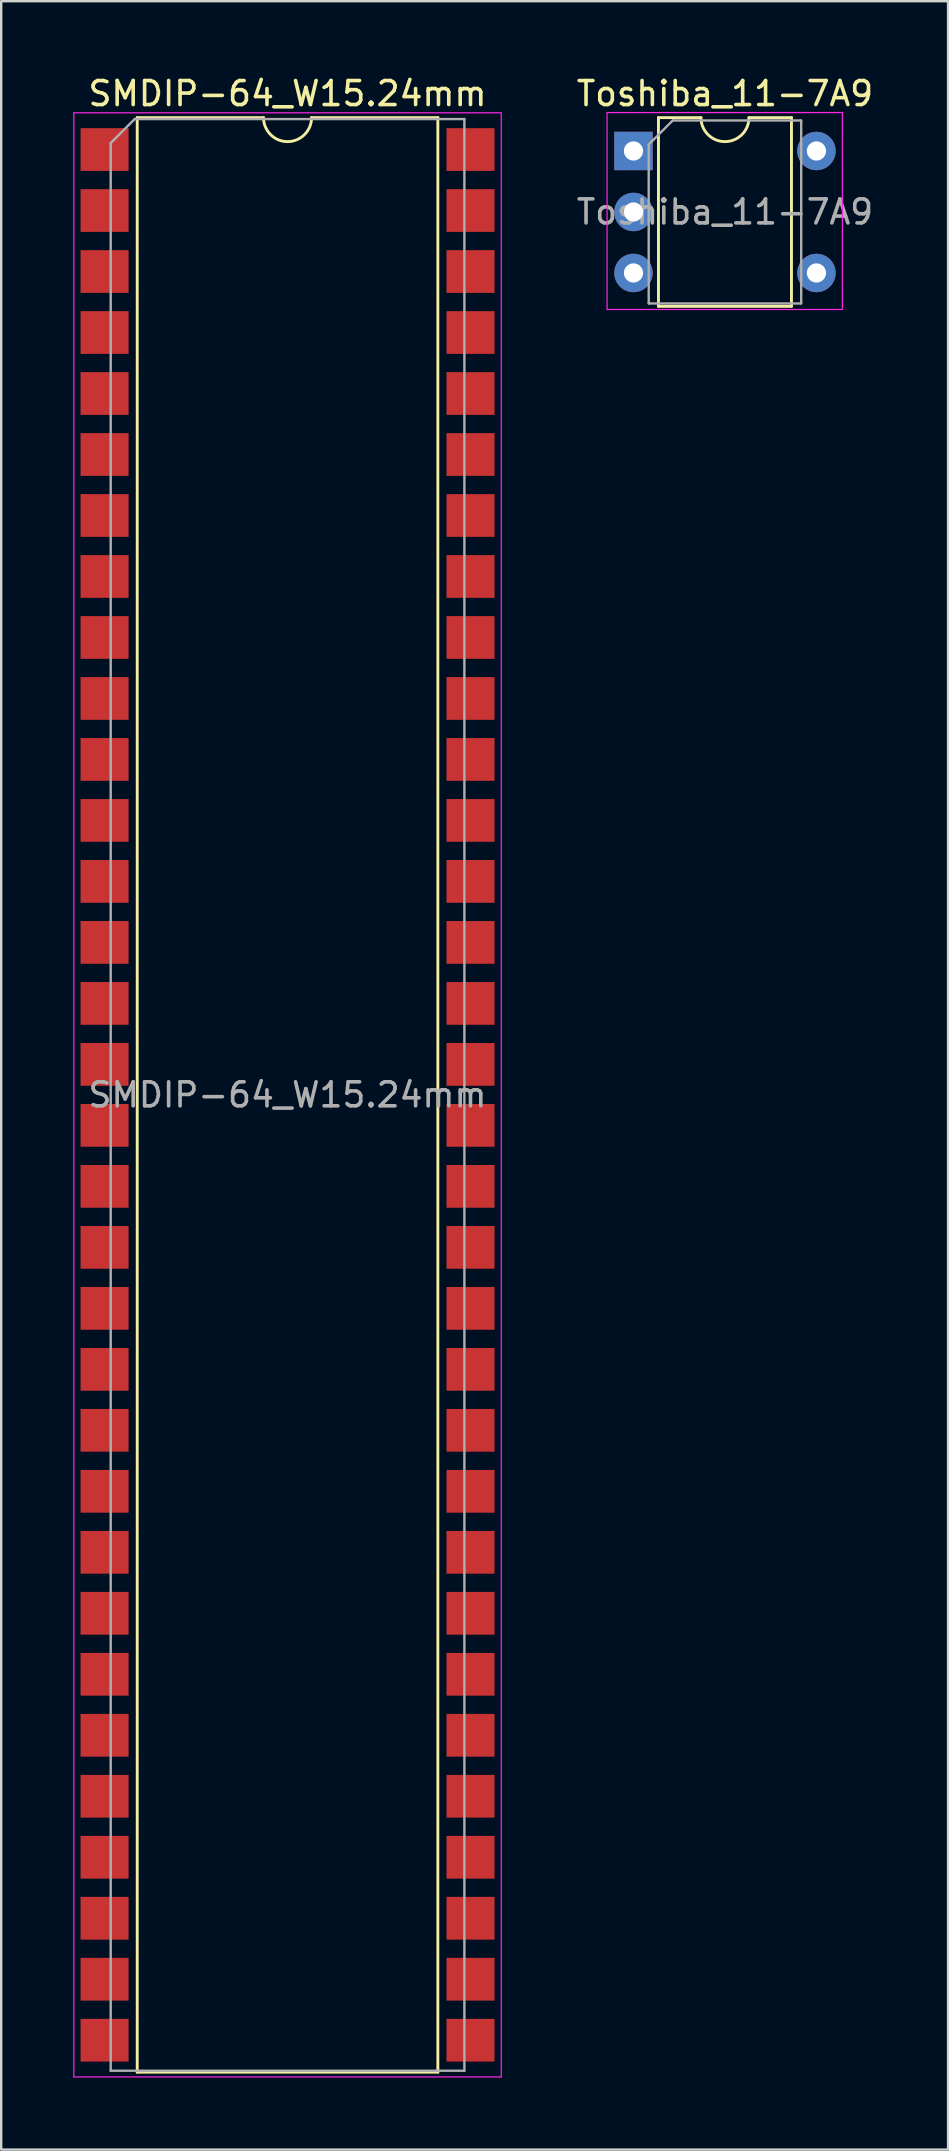
<source format=kicad_pcb>
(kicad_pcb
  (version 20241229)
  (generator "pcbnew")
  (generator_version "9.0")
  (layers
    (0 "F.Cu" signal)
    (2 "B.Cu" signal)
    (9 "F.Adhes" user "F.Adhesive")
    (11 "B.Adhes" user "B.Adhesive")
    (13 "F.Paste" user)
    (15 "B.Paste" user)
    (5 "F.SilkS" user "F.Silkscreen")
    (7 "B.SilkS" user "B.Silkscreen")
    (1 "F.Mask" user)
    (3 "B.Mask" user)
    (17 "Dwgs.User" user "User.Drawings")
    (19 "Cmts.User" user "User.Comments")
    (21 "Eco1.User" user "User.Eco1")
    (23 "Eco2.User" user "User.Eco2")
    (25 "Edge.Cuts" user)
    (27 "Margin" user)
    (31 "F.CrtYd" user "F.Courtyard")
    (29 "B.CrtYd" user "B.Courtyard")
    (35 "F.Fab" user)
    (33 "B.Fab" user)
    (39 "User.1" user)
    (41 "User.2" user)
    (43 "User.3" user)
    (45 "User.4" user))
  (footprint "SMDIP-64_W15.24mm"
    (layer "F.Cu")
    (at 8.925 42.548)
    (property "Reference" "SMDIP-64_W15.24mm" (at 0 -41.7 0) (layer "F.SilkS") (effects (font (size 1 1) (thickness 0.15))))
    (attr smd)
    (fp_line (start -6.26 -40.7) (end -6.26 40.7) (stroke (width 0.12) (type solid)) (layer "F.SilkS"))
    (fp_line (start -6.26 40.7) (end 6.26 40.7) (stroke (width 0.12) (type solid)) (layer "F.SilkS"))
    (fp_line (start -1 -40.7) (end -6.26 -40.7) (stroke (width 0.12) (type solid)) (layer "F.SilkS"))
    (fp_line (start 6.26 -40.7) (end 1 -40.7) (stroke (width 0.12) (type solid)) (layer "F.SilkS"))
    (fp_line (start 6.26 40.7) (end 6.26 -40.7) (stroke (width 0.12) (type solid)) (layer "F.SilkS"))
    (fp_arc (start 1 -40.7) (mid 0 -39.7) (end -1 -40.7) (stroke (width 0.12) (type solid)) (layer "F.SilkS"))
    (fp_line (start -8.9 -40.9) (end -8.9 40.9) (stroke (width 0.05) (type solid)) (layer "F.CrtYd"))
    (fp_line (start -8.9 40.9) (end 8.9 40.9) (stroke (width 0.05) (type solid)) (layer "F.CrtYd"))
    (fp_line (start 8.9 -40.9) (end -8.9 -40.9) (stroke (width 0.05) (type solid)) (layer "F.CrtYd"))
    (fp_line (start 8.9 40.9) (end 8.9 -40.9) (stroke (width 0.05) (type solid)) (layer "F.CrtYd"))
    (fp_line (start -7.365 -39.64) (end -6.365 -40.64) (stroke (width 0.1) (type solid)) (layer "F.Fab"))
    (fp_line (start -7.365 40.64) (end -7.365 -39.64) (stroke (width 0.1) (type solid)) (layer "F.Fab"))
    (fp_line (start -6.365 -40.64) (end 7.365 -40.64) (stroke (width 0.1) (type solid)) (layer "F.Fab"))
    (fp_line (start 7.365 -40.64) (end 7.365 40.64) (stroke (width 0.1) (type solid)) (layer "F.Fab"))
    (fp_line (start 7.365 40.64) (end -7.365 40.64) (stroke (width 0.1) (type solid)) (layer "F.Fab"))
    (fp_text user "${REFERENCE}" (at 0 0 0) (layer "F.Fab") (effects (font (size 1 1) (thickness 0.15))))
    (pad "1" smd rect (at -7.62 -39.37) (size 2 1.78) (layers "F.Cu" "F.Mask" "F.Paste"))
    (pad "2" smd rect (at -7.62 -36.83) (size 2 1.78) (layers "F.Cu" "F.Mask" "F.Paste"))
    (pad "3" smd rect (at -7.62 -34.29) (size 2 1.78) (layers "F.Cu" "F.Mask" "F.Paste"))
    (pad "4" smd rect (at -7.62 -31.75) (size 2 1.78) (layers "F.Cu" "F.Mask" "F.Paste"))
    (pad "5" smd rect (at -7.62 -29.21) (size 2 1.78) (layers "F.Cu" "F.Mask" "F.Paste"))
    (pad "6" smd rect (at -7.62 -26.67) (size 2 1.78) (layers "F.Cu" "F.Mask" "F.Paste"))
    (pad "7" smd rect (at -7.62 -24.13) (size 2 1.78) (layers "F.Cu" "F.Mask" "F.Paste"))
    (pad "8" smd rect (at -7.62 -21.59) (size 2 1.78) (layers "F.Cu" "F.Mask" "F.Paste"))
    (pad "9" smd rect (at -7.62 -19.05) (size 2 1.78) (layers "F.Cu" "F.Mask" "F.Paste"))
    (pad "10" smd rect (at -7.62 -16.51) (size 2 1.78) (layers "F.Cu" "F.Mask" "F.Paste"))
    (pad "11" smd rect (at -7.62 -13.97) (size 2 1.78) (layers "F.Cu" "F.Mask" "F.Paste"))
    (pad "12" smd rect (at -7.62 -11.43) (size 2 1.78) (layers "F.Cu" "F.Mask" "F.Paste"))
    (pad "13" smd rect (at -7.62 -8.89) (size 2 1.78) (layers "F.Cu" "F.Mask" "F.Paste"))
    (pad "14" smd rect (at -7.62 -6.35) (size 2 1.78) (layers "F.Cu" "F.Mask" "F.Paste"))
    (pad "15" smd rect (at -7.62 -3.81) (size 2 1.78) (layers "F.Cu" "F.Mask" "F.Paste"))
    (pad "16" smd rect (at -7.62 -1.27) (size 2 1.78) (layers "F.Cu" "F.Mask" "F.Paste"))
    (pad "17" smd rect (at -7.62 1.27) (size 2 1.78) (layers "F.Cu" "F.Mask" "F.Paste"))
    (pad "18" smd rect (at -7.62 3.81) (size 2 1.78) (layers "F.Cu" "F.Mask" "F.Paste"))
    (pad "19" smd rect (at -7.62 6.35) (size 2 1.78) (layers "F.Cu" "F.Mask" "F.Paste"))
    (pad "20" smd rect (at -7.62 8.89) (size 2 1.78) (layers "F.Cu" "F.Mask" "F.Paste"))
    (pad "21" smd rect (at -7.62 11.43) (size 2 1.78) (layers "F.Cu" "F.Mask" "F.Paste"))
    (pad "22" smd rect (at -7.62 13.97) (size 2 1.78) (layers "F.Cu" "F.Mask" "F.Paste"))
    (pad "23" smd rect (at -7.62 16.51) (size 2 1.78) (layers "F.Cu" "F.Mask" "F.Paste"))
    (pad "24" smd rect (at -7.62 19.05) (size 2 1.78) (layers "F.Cu" "F.Mask" "F.Paste"))
    (pad "25" smd rect (at -7.62 21.59) (size 2 1.78) (layers "F.Cu" "F.Mask" "F.Paste"))
    (pad "26" smd rect (at -7.62 24.13) (size 2 1.78) (layers "F.Cu" "F.Mask" "F.Paste"))
    (pad "27" smd rect (at -7.62 26.67) (size 2 1.78) (layers "F.Cu" "F.Mask" "F.Paste"))
    (pad "28" smd rect (at -7.62 29.21) (size 2 1.78) (layers "F.Cu" "F.Mask" "F.Paste"))
    (pad "29" smd rect (at -7.62 31.75) (size 2 1.78) (layers "F.Cu" "F.Mask" "F.Paste"))
    (pad "30" smd rect (at -7.62 34.29) (size 2 1.78) (layers "F.Cu" "F.Mask" "F.Paste"))
    (pad "31" smd rect (at -7.62 36.83) (size 2 1.78) (layers "F.Cu" "F.Mask" "F.Paste"))
    (pad "32" smd rect (at -7.62 39.37) (size 2 1.78) (layers "F.Cu" "F.Mask" "F.Paste"))
    (pad "33" smd rect (at 7.62 39.37) (size 2 1.78) (layers "F.Cu" "F.Mask" "F.Paste"))
    (pad "34" smd rect (at 7.62 36.83) (size 2 1.78) (layers "F.Cu" "F.Mask" "F.Paste"))
    (pad "35" smd rect (at 7.62 34.29) (size 2 1.78) (layers "F.Cu" "F.Mask" "F.Paste"))
    (pad "36" smd rect (at 7.62 31.75) (size 2 1.78) (layers "F.Cu" "F.Mask" "F.Paste"))
    (pad "37" smd rect (at 7.62 29.21) (size 2 1.78) (layers "F.Cu" "F.Mask" "F.Paste"))
    (pad "38" smd rect (at 7.62 26.67) (size 2 1.78) (layers "F.Cu" "F.Mask" "F.Paste"))
    (pad "39" smd rect (at 7.62 24.13) (size 2 1.78) (layers "F.Cu" "F.Mask" "F.Paste"))
    (pad "40" smd rect (at 7.62 21.59) (size 2 1.78) (layers "F.Cu" "F.Mask" "F.Paste"))
    (pad "41" smd rect (at 7.62 19.05) (size 2 1.78) (layers "F.Cu" "F.Mask" "F.Paste"))
    (pad "42" smd rect (at 7.62 16.51) (size 2 1.78) (layers "F.Cu" "F.Mask" "F.Paste"))
    (pad "43" smd rect (at 7.62 13.97) (size 2 1.78) (layers "F.Cu" "F.Mask" "F.Paste"))
    (pad "44" smd rect (at 7.62 11.43) (size 2 1.78) (layers "F.Cu" "F.Mask" "F.Paste"))
    (pad "45" smd rect (at 7.62 8.89) (size 2 1.78) (layers "F.Cu" "F.Mask" "F.Paste"))
    (pad "46" smd rect (at 7.62 6.35) (size 2 1.78) (layers "F.Cu" "F.Mask" "F.Paste"))
    (pad "47" smd rect (at 7.62 3.81) (size 2 1.78) (layers "F.Cu" "F.Mask" "F.Paste"))
    (pad "48" smd rect (at 7.62 1.27) (size 2 1.78) (layers "F.Cu" "F.Mask" "F.Paste"))
    (pad "49" smd rect (at 7.62 -1.27) (size 2 1.78) (layers "F.Cu" "F.Mask" "F.Paste"))
    (pad "50" smd rect (at 7.62 -3.81) (size 2 1.78) (layers "F.Cu" "F.Mask" "F.Paste"))
    (pad "51" smd rect (at 7.62 -6.35) (size 2 1.78) (layers "F.Cu" "F.Mask" "F.Paste"))
    (pad "52" smd rect (at 7.62 -8.89) (size 2 1.78) (layers "F.Cu" "F.Mask" "F.Paste"))
    (pad "53" smd rect (at 7.62 -11.43) (size 2 1.78) (layers "F.Cu" "F.Mask" "F.Paste"))
    (pad "54" smd rect (at 7.62 -13.97) (size 2 1.78) (layers "F.Cu" "F.Mask" "F.Paste"))
    (pad "55" smd rect (at 7.62 -16.51) (size 2 1.78) (layers "F.Cu" "F.Mask" "F.Paste"))
    (pad "56" smd rect (at 7.62 -19.05) (size 2 1.78) (layers "F.Cu" "F.Mask" "F.Paste"))
    (pad "57" smd rect (at 7.62 -21.59) (size 2 1.78) (layers "F.Cu" "F.Mask" "F.Paste"))
    (pad "58" smd rect (at 7.62 -24.13) (size 2 1.78) (layers "F.Cu" "F.Mask" "F.Paste"))
    (pad "59" smd rect (at 7.62 -26.67) (size 2 1.78) (layers "F.Cu" "F.Mask" "F.Paste"))
    (pad "60" smd rect (at 7.62 -29.21) (size 2 1.78) (layers "F.Cu" "F.Mask" "F.Paste"))
    (pad "61" smd rect (at 7.62 -31.75) (size 2 1.78) (layers "F.Cu" "F.Mask" "F.Paste"))
    (pad "62" smd rect (at 7.62 -34.29) (size 2 1.78) (layers "F.Cu" "F.Mask" "F.Paste"))
    (pad "63" smd rect (at 7.62 -36.83) (size 2 1.78) (layers "F.Cu" "F.Mask" "F.Paste"))
    (pad "64" smd rect (at 7.62 -39.37) (size 2 1.78) (layers "F.Cu" "F.Mask" "F.Paste")))
  (footprint "Toshiba_11-7A9"
    (layer "F.Cu")
    (at 23.332 3.238)
    (property "Reference" "Toshiba_11-7A9" (at 3.81 -2.39 0) (layer "F.SilkS") (effects (font (size 1 1) (thickness 0.15))))
    (attr through_hole)
    (fp_line (start 1.04 -1.39) (end 1.04 6.47) (stroke (width 0.12) (type solid)) (layer "F.SilkS"))
    (fp_line (start 1.04 6.47) (end 6.58 6.47) (stroke (width 0.12) (type solid)) (layer "F.SilkS"))
    (fp_line (start 2.81 -1.39) (end 1.04 -1.39) (stroke (width 0.12) (type solid)) (layer "F.SilkS"))
    (fp_line (start 6.58 -1.39) (end 4.81 -1.39) (stroke (width 0.12) (type solid)) (layer "F.SilkS"))
    (fp_line (start 6.58 6.47) (end 6.58 -1.39) (stroke (width 0.12) (type solid)) (layer "F.SilkS"))
    (fp_arc (start 4.81 -1.39) (mid 3.81 -0.39) (end 2.81 -1.39) (stroke (width 0.12) (type solid)) (layer "F.SilkS"))
    (fp_line (start -1.1 -1.6) (end -1.1 6.6) (stroke (width 0.05) (type solid)) (layer "F.CrtYd"))
    (fp_line (start -1.1 6.6) (end 8.7 6.6) (stroke (width 0.05) (type solid)) (layer "F.CrtYd"))
    (fp_line (start 8.7 -1.6) (end -1.1 -1.6) (stroke (width 0.05) (type solid)) (layer "F.CrtYd"))
    (fp_line (start 8.7 6.6) (end 8.7 -1.6) (stroke (width 0.05) (type solid)) (layer "F.CrtYd"))
    (fp_line (start 0.635 -0.27) (end 1.635 -1.27) (stroke (width 0.1) (type solid)) (layer "F.Fab"))
    (fp_line (start 0.635 6.35) (end 0.635 -0.27) (stroke (width 0.1) (type solid)) (layer "F.Fab"))
    (fp_line (start 1.635 -1.27) (end 6.985 -1.27) (stroke (width 0.1) (type solid)) (layer "F.Fab"))
    (fp_line (start 6.985 -1.27) (end 6.985 6.35) (stroke (width 0.1) (type solid)) (layer "F.Fab"))
    (fp_line (start 6.985 6.35) (end 0.635 6.35) (stroke (width 0.1) (type solid)) (layer "F.Fab"))
    (fp_text user "${REFERENCE}" (at 3.81 2.54 0) (layer "F.Fab") (effects (font (size 1 1) (thickness 0.15))))
    (pad "1" thru_hole rect (at 0 0) (size 1.6 1.6) (drill 0.8) (layers "*.Cu" "*.Mask"))
    (pad "2" thru_hole oval (at 0 2.54) (size 1.6 1.6) (drill 0.8) (layers "*.Cu" "*.Mask"))
    (pad "3" thru_hole oval (at 0 5.08) (size 1.6 1.6) (drill 0.8) (layers "*.Cu" "*.Mask"))
    (pad "4" thru_hole oval (at 7.62 5.08) (size 1.6 1.6) (drill 0.8) (layers "*.Cu" "*.Mask"))
    (pad "6" thru_hole oval (at 7.62 0) (size 1.6 1.6) (drill 0.8) (layers "*.Cu" "*.Mask")))
  (gr_rect
    (start -3 -3)
    (end 36.433 86.473)
    (stroke (width 0.1) (type default))
    (fill no)
    (layer "Edge.Cuts")))
</source>
